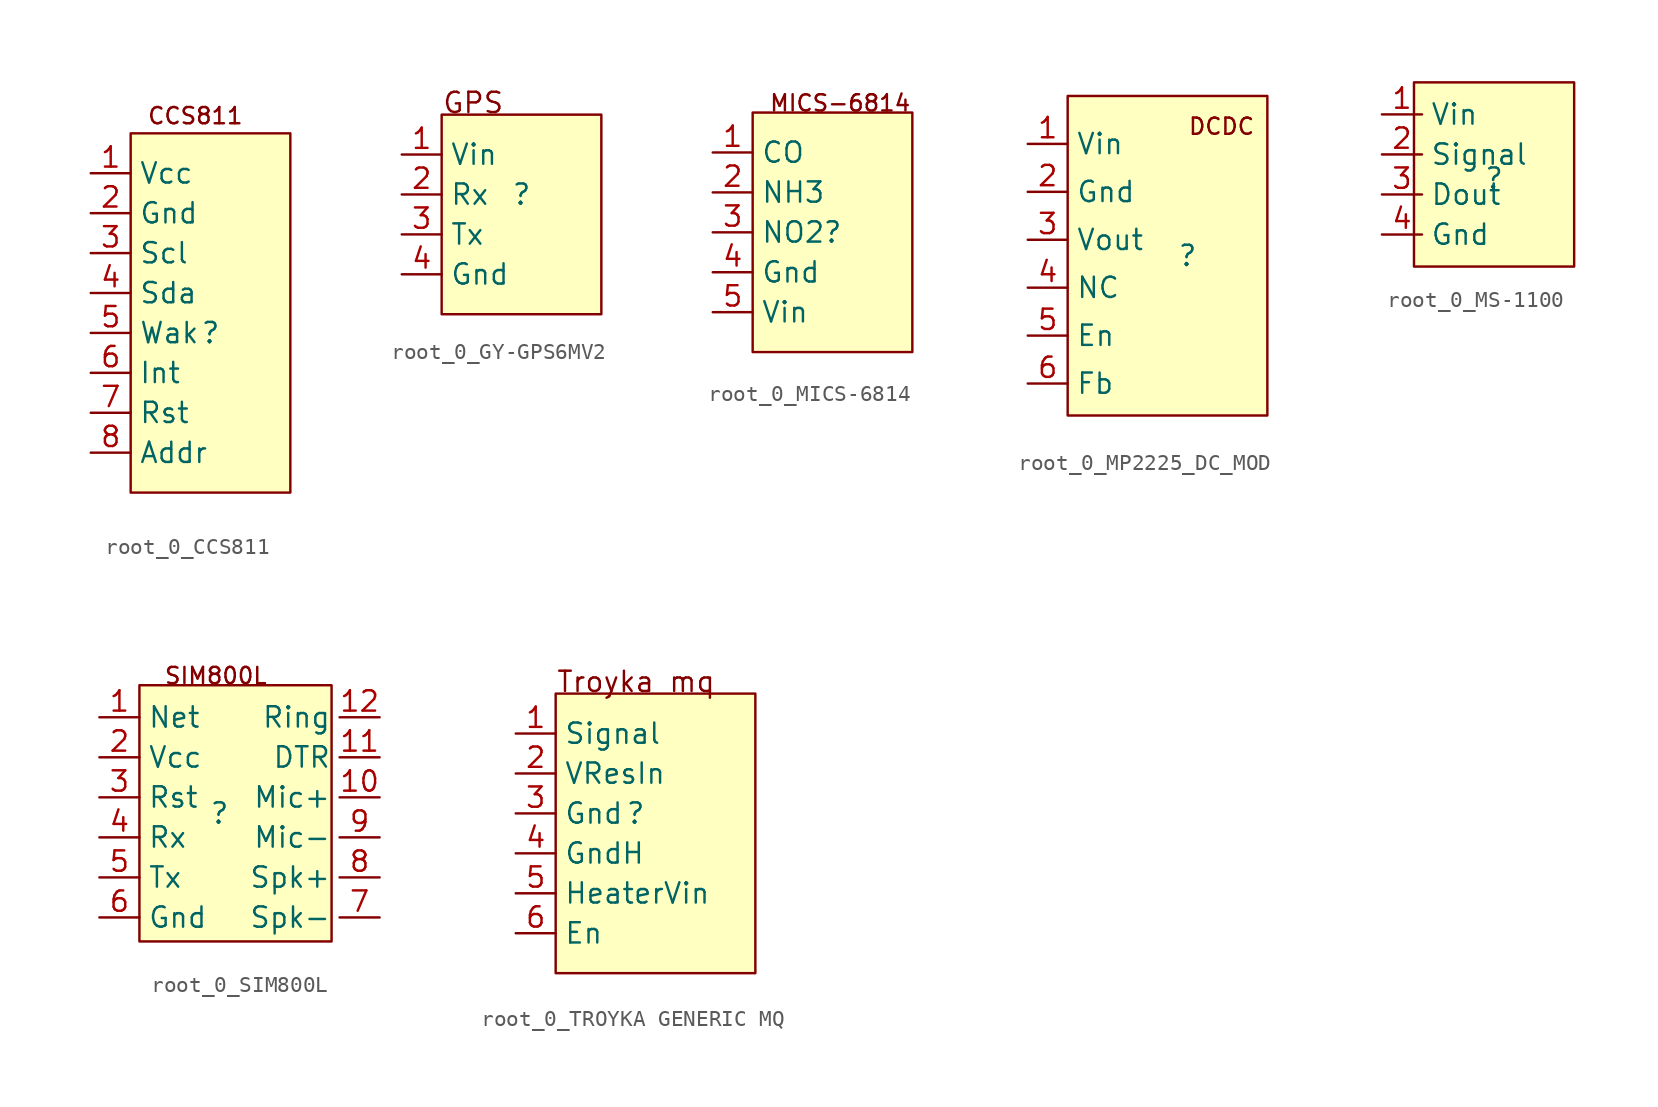
<source format=kicad_sym>
(kicad_symbol_lib
  (version 20220914)
  (generator kicad_symbol_editor)
  (symbol "root_0_CCS811"
    (property "Reference" ""
      (at 0 0 0)
      (effects (font (size 1.27 1.27))))
    (property "Value" ""
      (at 0 0 0)
      (effects (font (size 1.27 1.27))))
    (symbol "root_0_CCS811_1_0"
      (rectangle (start 5 12.5) (end -5 -10) (stroke (width 0) (type solid)) (fill (type background)))
      (text "CCS811" (at -4 13 0) (effects (font (size 1.016 1.016)) (justify left bottom)))
      (pin power_in line (at -7.5 10 0) (length 2.5) (name "Vcc" (effects (font (size 1.27 1.27)))) (number "1" (effects (font (size 1.27 1.27)))))
      (pin power_in line (at -7.5 7.5 0) (length 2.5) (name "Gnd" (effects (font (size 1.27 1.27)))) (number "2" (effects (font (size 1.27 1.27)))))
      (pin power_in line (at -7.5 5 0) (length 2.5) (name "Scl" (effects (font (size 1.27 1.27)))) (number "3" (effects (font (size 1.27 1.27)))))
      (pin power_in line (at -7.5 2.5 0) (length 2.5) (name "Sda" (effects (font (size 1.27 1.27)))) (number "4" (effects (font (size 1.27 1.27)))))
      (pin power_in line (at -7.5 0 0) (length 2.5) (name "Wak" (effects (font (size 1.27 1.27)))) (number "5" (effects (font (size 1.27 1.27)))))
      (pin power_in line (at -7.5 -2.5 0) (length 2.5) (name "Int" (effects (font (size 1.27 1.27)))) (number "6" (effects (font (size 1.27 1.27)))))
      (pin power_in line (at -7.5 -5 0) (length 2.5) (name "Rst" (effects (font (size 1.27 1.27)))) (number "7" (effects (font (size 1.27 1.27)))))
      (pin power_in line (at -7.5 -7.5 0) (length 2.5) (name "Addr" (effects (font (size 1.27 1.27)))) (number "8" (effects (font (size 1.27 1.27)))))))
  (symbol "root_0_GY-GPS6MV2"
    (property "Reference" ""
      (at 0 0 0)
      (effects (font (size 1.27 1.27))))
    (property "Value" ""
      (at 0 0 0)
      (effects (font (size 1.27 1.27))))
    (symbol "root_0_GY-GPS6MV2_1_0"
      (rectangle (start 5 5) (end -5 -7.5) (stroke (width 0) (type solid)) (fill (type background)))
      (text "GPS" (at -5 5 0) (effects (font (size 1.27 1.27)) (justify left bottom)))
      (pin power_in line (at -7.5 2.5 0) (length 2.5) (name "Vin" (effects (font (size 1.27 1.27)))) (number "1" (effects (font (size 1.27 1.27)))))
      (pin input line (at -7.5 0 0) (length 2.5) (name "Rx" (effects (font (size 1.27 1.27)))) (number "2" (effects (font (size 1.27 1.27)))))
      (pin output line (at -7.5 -2.5 0) (length 2.5) (name "Tx" (effects (font (size 1.27 1.27)))) (number "3" (effects (font (size 1.27 1.27)))))
      (pin power_in line (at -7.5 -5 0) (length 2.5) (name "Gnd" (effects (font (size 1.27 1.27)))) (number "4" (effects (font (size 1.27 1.27)))))))
  (symbol "root_0_MICS-6814"
    (property "Reference" ""
      (at 0 0 0)
      (effects (font (size 1.27 1.27))))
    (property "Value" ""
      (at 0 0 0)
      (effects (font (size 1.27 1.27))))
    (symbol "root_0_MICS-6814_1_0"
      (rectangle (start 5 7.5) (end -5 -7.5) (stroke (width 0) (type solid)) (fill (type background)))
      (text "MICS-6814" (at -4 7.5 0) (effects (font (size 1.016 1.016)) (justify left bottom)))
      (pin power_in line (at -7.5 5 0) (length 2.5) (name "CO" (effects (font (size 1.27 1.27)))) (number "1" (effects (font (size 1.27 1.27)))))
      (pin power_in line (at -7.5 2.5 0) (length 2.5) (name "NH3" (effects (font (size 1.27 1.27)))) (number "2" (effects (font (size 1.27 1.27)))))
      (pin power_in line (at -7.5 0 0) (length 2.5) (name "NO2" (effects (font (size 1.27 1.27)))) (number "3" (effects (font (size 1.27 1.27)))))
      (pin power_in line (at -7.5 -2.5 0) (length 2.5) (name "Gnd" (effects (font (size 1.27 1.27)))) (number "4" (effects (font (size 1.27 1.27)))))
      (pin power_in line (at -7.5 -5 0) (length 2.5) (name "Vin" (effects (font (size 1.27 1.27)))) (number "5" (effects (font (size 1.27 1.27)))))))
  (symbol "root_0_MP2225_DC_MOD"
    (property "Reference" ""
      (at 0 0 0)
      (effects (font (size 1.27 1.27))))
    (property "Value" ""
      (at 0 0 0)
      (effects (font (size 1.27 1.27))))
    (symbol "root_0_MP2225_DC_MOD_1_0"
      (rectangle (start 5 10) (end -7.5 -10) (stroke (width 0) (type solid)) (fill (type background)))
      (text "DCDC" (at 0 7.5 0) (effects (font (size 1.016 1.016)) (justify left bottom)))
      (pin power_in line (at -10 7 0) (length 2.5) (name "Vin" (effects (font (size 1.27 1.27)))) (number "1" (effects (font (size 1.27 1.27)))))
      (pin power_in line (at -10 4 0) (length 2.5) (name "Gnd" (effects (font (size 1.27 1.27)))) (number "2" (effects (font (size 1.27 1.27)))))
      (pin power_in line (at -10 1 0) (length 2.5) (name "Vout" (effects (font (size 1.27 1.27)))) (number "3" (effects (font (size 1.27 1.27)))))
      (pin tri_state line (at -10 -2 0) (length 2.5) (name "NC" (effects (font (size 1.27 1.27)))) (number "4" (effects (font (size 1.27 1.27)))))
      (pin input line (at -10 -5 0) (length 2.5) (name "En" (effects (font (size 1.27 1.27)))) (number "5" (effects (font (size 1.27 1.27)))))
      (pin input line (at -10 -8 0) (length 2.5) (name "Fb" (effects (font (size 1.27 1.27)))) (number "6" (effects (font (size 1.27 1.27)))))))
  (symbol "root_0_MS-1100"
    (property "Reference" ""
      (at 0 0 0)
      (effects (font (size 1.27 1.27))))
    (property "Value" ""
      (at 0 0 0)
      (effects (font (size 1.27 1.27))))
    (symbol "root_0_MS-1100_1_0"
      (rectangle (start 5 6) (end -5 -5.5) (stroke (width 0) (type solid)) (fill (type background)))
      (pin power_in line (at -7 4 0) (length 2.5) (name "Vin" (effects (font (size 1.27 1.27)))) (number "1" (effects (font (size 1.27 1.27)))))
      (pin power_in line (at -7 1.5 0) (length 2.5) (name "Signal" (effects (font (size 1.27 1.27)))) (number "2" (effects (font (size 1.27 1.27)))))
      (pin power_in line (at -7 -1 0) (length 2.5) (name "Dout" (effects (font (size 1.27 1.27)))) (number "3" (effects (font (size 1.27 1.27)))))
      (pin power_in line (at -7 -3.5 0) (length 2.5) (name "Gnd" (effects (font (size 1.27 1.27)))) (number "4" (effects (font (size 1.27 1.27)))))))
  (symbol "root_0_SIM800L"
    (property "Reference" ""
      (at 0 0 0)
      (effects (font (size 1.27 1.27))))
    (property "Value" ""
      (at 0 0 0)
      (effects (font (size 1.27 1.27))))
    (symbol "root_0_SIM800L_1_0"
      (rectangle (start 7 8) (end -5 -8) (stroke (width 0) (type solid)) (fill (type background)))
      (text "SIM800L" (at -3.5 8 0) (effects (font (size 1.016 1.016)) (justify left bottom)))
      (pin power_in line (at -7.5 6 0) (length 2.5) (name "Net" (effects (font (size 1.27 1.27)))) (number "1" (effects (font (size 1.27 1.27)))))
      (pin power_in line (at 10 1 180) (length 2.5) (name "Mic+" (effects (font (size 1.27 1.27)))) (number "10" (effects (font (size 1.27 1.27)))))
      (pin power_in line (at 10 3.5 180) (length 2.5) (name "DTR" (effects (font (size 1.27 1.27)))) (number "11" (effects (font (size 1.27 1.27)))))
      (pin power_in line (at 10 6 180) (length 2.5) (name "Ring" (effects (font (size 1.27 1.27)))) (number "12" (effects (font (size 1.27 1.27)))))
      (pin power_in line (at -7.5 3.5 0) (length 2.5) (name "Vcc" (effects (font (size 1.27 1.27)))) (number "2" (effects (font (size 1.27 1.27)))))
      (pin power_in line (at -7.5 1 0) (length 2.5) (name "Rst" (effects (font (size 1.27 1.27)))) (number "3" (effects (font (size 1.27 1.27)))))
      (pin input line (at -7.5 -1.5 0) (length 2.5) (name "Rx" (effects (font (size 1.27 1.27)))) (number "4" (effects (font (size 1.27 1.27)))))
      (pin output line (at -7.5 -4 0) (length 2.5) (name "Tx" (effects (font (size 1.27 1.27)))) (number "5" (effects (font (size 1.27 1.27)))))
      (pin power_in line (at -7.5 -6.5 0) (length 2.5) (name "Gnd" (effects (font (size 1.27 1.27)))) (number "6" (effects (font (size 1.27 1.27)))))
      (pin power_in line (at 10 -6.5 180) (length 2.5) (name "Spk-" (effects (font (size 1.27 1.27)))) (number "7" (effects (font (size 1.27 1.27)))))
      (pin power_in line (at 10 -4 180) (length 2.5) (name "Spk+" (effects (font (size 1.27 1.27)))) (number "8" (effects (font (size 1.27 1.27)))))
      (pin power_in line (at 10 -1.5 180) (length 2.5) (name "Mic-" (effects (font (size 1.27 1.27)))) (number "9" (effects (font (size 1.27 1.27)))))))
  (symbol "root_0_TROYKA GENERIC MQ"
    (property "Reference" ""
      (at 0 0 0)
      (effects (font (size 1.27 1.27))))
    (property "Value" ""
      (at 0 0 0)
      (effects (font (size 1.27 1.27))))
    (symbol "root_0_TROYKA GENERIC MQ_1_0"
      (rectangle (start 7.5 7.5) (end -5 -10) (stroke (width 0) (type solid)) (fill (type background)))
      (text "Troyka mq" (at -5 7.5 0) (effects (font (size 1.27 1.27)) (justify left bottom)))
      (pin output line (at -7.5 5 0) (length 2.5) (name "Signal" (effects (font (size 1.27 1.27)))) (number "1" (effects (font (size 1.27 1.27)))))
      (pin power_in line (at -7.5 2.5 0) (length 2.5) (name "VResIn" (effects (font (size 1.27 1.27)))) (number "2" (effects (font (size 1.27 1.27)))))
      (pin power_in line (at -7.5 0 0) (length 2.5) (name "Gnd" (effects (font (size 1.27 1.27)))) (number "3" (effects (font (size 1.27 1.27)))))
      (pin power_in line (at -7.5 -2.5 0) (length 2.5) (name "GndH" (effects (font (size 1.27 1.27)))) (number "4" (effects (font (size 1.27 1.27)))))
      (pin power_in line (at -7.5 -5 0) (length 2.5) (name "HeaterVin" (effects (font (size 1.27 1.27)))) (number "5" (effects (font (size 1.27 1.27)))))
      (pin input line (at -7.5 -7.5 0) (length 2.5) (name "En" (effects (font (size 1.27 1.27)))) (number "6" (effects (font (size 1.27 1.27))))))))
</source>
